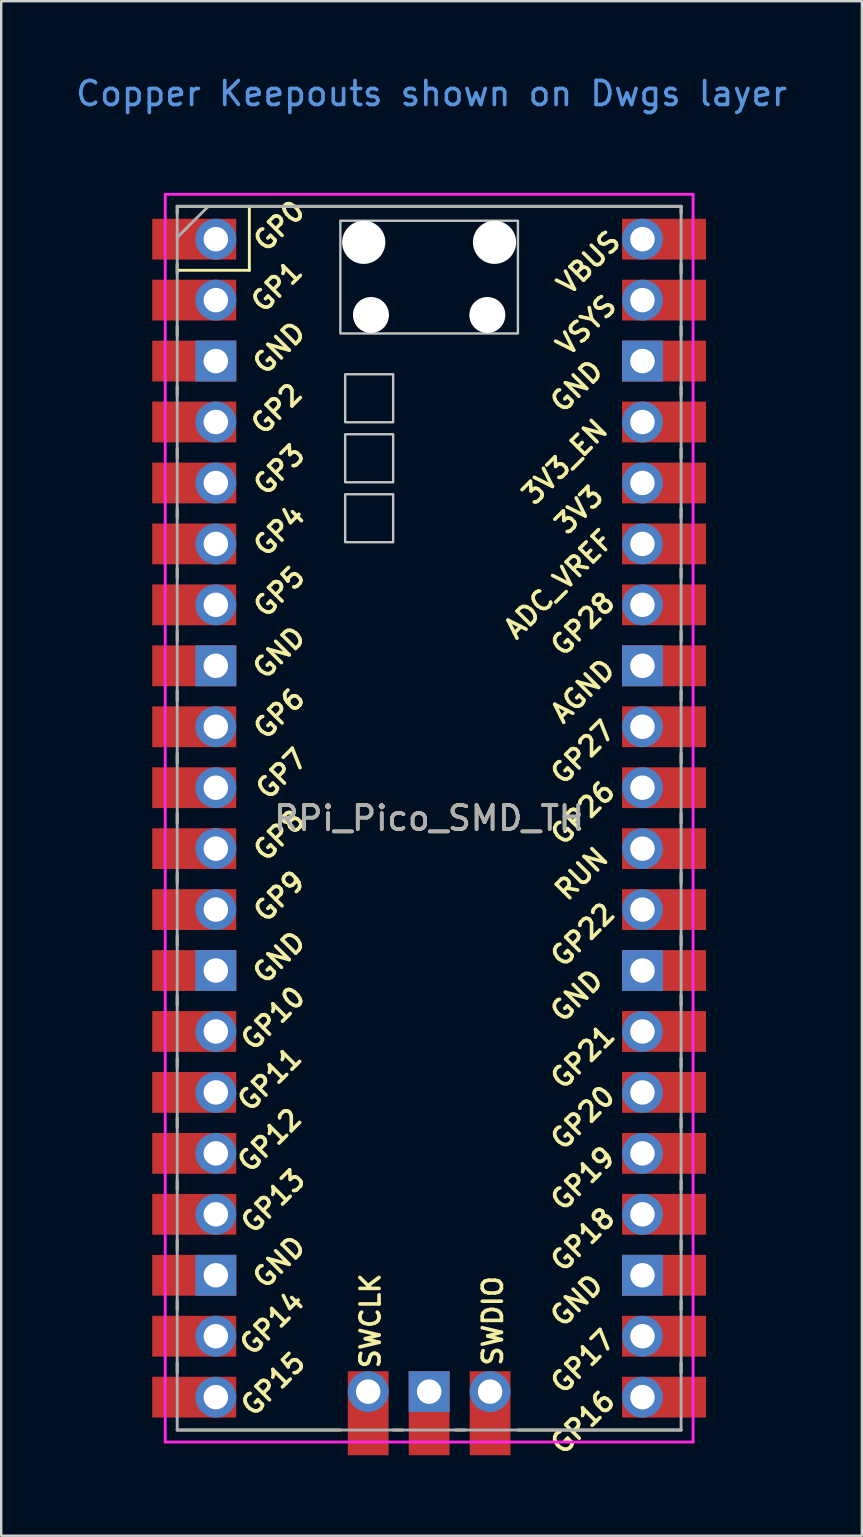
<source format=kicad_pcb>
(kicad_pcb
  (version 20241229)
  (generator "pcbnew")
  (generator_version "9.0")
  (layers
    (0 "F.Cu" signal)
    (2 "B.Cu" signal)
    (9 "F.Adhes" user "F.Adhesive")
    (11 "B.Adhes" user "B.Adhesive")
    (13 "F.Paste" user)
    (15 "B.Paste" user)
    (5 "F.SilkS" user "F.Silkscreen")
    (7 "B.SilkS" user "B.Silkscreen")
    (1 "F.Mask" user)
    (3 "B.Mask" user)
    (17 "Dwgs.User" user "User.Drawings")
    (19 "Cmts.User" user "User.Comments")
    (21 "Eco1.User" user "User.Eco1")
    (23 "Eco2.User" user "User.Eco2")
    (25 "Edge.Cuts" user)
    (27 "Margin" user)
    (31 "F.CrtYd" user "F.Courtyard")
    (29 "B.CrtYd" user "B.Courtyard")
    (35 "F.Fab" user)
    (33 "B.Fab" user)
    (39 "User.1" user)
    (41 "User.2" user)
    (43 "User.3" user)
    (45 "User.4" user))
  (footprint "RPi_Pico_SMD_TH"
    (layer "F.Cu")
    (at 14.835 31.048)
    (property "Reference" "RPi_Pico_SMD_TH" (at 0 0 0) (layer "F.SilkS") (effects (font (size 1 1) (thickness 0.15))))
    (attr smd)
    (fp_line (start -10.5 -25.5) (end -10.5 -25.2) (stroke (width 0.12) (type solid)) (layer "F.SilkS"))
    (fp_line (start -10.5 -25.5) (end 10.5 -25.5) (stroke (width 0.12) (type solid)) (layer "F.SilkS"))
    (fp_line (start -10.5 -23.1) (end -10.5 -22.7) (stroke (width 0.12) (type solid)) (layer "F.SilkS"))
    (fp_line (start -10.5 -22.833) (end -7.493 -22.833) (stroke (width 0.12) (type solid)) (layer "F.SilkS"))
    (fp_line (start -10.5 -20.5) (end -10.5 -20.1) (stroke (width 0.12) (type solid)) (layer "F.SilkS"))
    (fp_line (start -10.5 -18) (end -10.5 -17.6) (stroke (width 0.12) (type solid)) (layer "F.SilkS"))
    (fp_line (start -10.5 -15.4) (end -10.5 -15) (stroke (width 0.12) (type solid)) (layer "F.SilkS"))
    (fp_line (start -10.5 -12.9) (end -10.5 -12.5) (stroke (width 0.12) (type solid)) (layer "F.SilkS"))
    (fp_line (start -10.5 -10.4) (end -10.5 -10) (stroke (width 0.12) (type solid)) (layer "F.SilkS"))
    (fp_line (start -10.5 -7.8) (end -10.5 -7.4) (stroke (width 0.12) (type solid)) (layer "F.SilkS"))
    (fp_line (start -10.5 -5.3) (end -10.5 -4.9) (stroke (width 0.12) (type solid)) (layer "F.SilkS"))
    (fp_line (start -10.5 -2.7) (end -10.5 -2.3) (stroke (width 0.12) (type solid)) (layer "F.SilkS"))
    (fp_line (start -10.5 -0.2) (end -10.5 0.2) (stroke (width 0.12) (type solid)) (layer "F.SilkS"))
    (fp_line (start -10.5 2.3) (end -10.5 2.7) (stroke (width 0.12) (type solid)) (layer "F.SilkS"))
    (fp_line (start -10.5 4.9) (end -10.5 5.3) (stroke (width 0.12) (type solid)) (layer "F.SilkS"))
    (fp_line (start -10.5 7.4) (end -10.5 7.8) (stroke (width 0.12) (type solid)) (layer "F.SilkS"))
    (fp_line (start -10.5 10) (end -10.5 10.4) (stroke (width 0.12) (type solid)) (layer "F.SilkS"))
    (fp_line (start -10.5 12.5) (end -10.5 12.9) (stroke (width 0.12) (type solid)) (layer "F.SilkS"))
    (fp_line (start -10.5 15.1) (end -10.5 15.5) (stroke (width 0.12) (type solid)) (layer "F.SilkS"))
    (fp_line (start -10.5 17.6) (end -10.5 18) (stroke (width 0.12) (type solid)) (layer "F.SilkS"))
    (fp_line (start -10.5 20.1) (end -10.5 20.5) (stroke (width 0.12) (type solid)) (layer "F.SilkS"))
    (fp_line (start -10.5 22.7) (end -10.5 23.1) (stroke (width 0.12) (type solid)) (layer "F.SilkS"))
    (fp_line (start -7.493 -22.833) (end -7.493 -25.5) (stroke (width 0.12) (type solid)) (layer "F.SilkS"))
    (fp_line (start -3.7 25.5) (end -10.5 25.5) (stroke (width 0.12) (type solid)) (layer "F.SilkS"))
    (fp_line (start -1.5 25.5) (end -1.1 25.5) (stroke (width 0.12) (type solid)) (layer "F.SilkS"))
    (fp_line (start 1.1 25.5) (end 1.5 25.5) (stroke (width 0.12) (type solid)) (layer "F.SilkS"))
    (fp_line (start 10.5 -25.5) (end 10.5 -25.2) (stroke (width 0.12) (type solid)) (layer "F.SilkS"))
    (fp_line (start 10.5 -23.1) (end 10.5 -22.7) (stroke (width 0.12) (type solid)) (layer "F.SilkS"))
    (fp_line (start 10.5 -20.5) (end 10.5 -20.1) (stroke (width 0.12) (type solid)) (layer "F.SilkS"))
    (fp_line (start 10.5 -18) (end 10.5 -17.6) (stroke (width 0.12) (type solid)) (layer "F.SilkS"))
    (fp_line (start 10.5 -15.4) (end 10.5 -15) (stroke (width 0.12) (type solid)) (layer "F.SilkS"))
    (fp_line (start 10.5 -12.9) (end 10.5 -12.5) (stroke (width 0.12) (type solid)) (layer "F.SilkS"))
    (fp_line (start 10.5 -10.4) (end 10.5 -10) (stroke (width 0.12) (type solid)) (layer "F.SilkS"))
    (fp_line (start 10.5 -7.8) (end 10.5 -7.4) (stroke (width 0.12) (type solid)) (layer "F.SilkS"))
    (fp_line (start 10.5 -5.3) (end 10.5 -4.9) (stroke (width 0.12) (type solid)) (layer "F.SilkS"))
    (fp_line (start 10.5 -2.7) (end 10.5 -2.3) (stroke (width 0.12) (type solid)) (layer "F.SilkS"))
    (fp_line (start 10.5 -0.2) (end 10.5 0.2) (stroke (width 0.12) (type solid)) (layer "F.SilkS"))
    (fp_line (start 10.5 2.3) (end 10.5 2.7) (stroke (width 0.12) (type solid)) (layer "F.SilkS"))
    (fp_line (start 10.5 4.9) (end 10.5 5.3) (stroke (width 0.12) (type solid)) (layer "F.SilkS"))
    (fp_line (start 10.5 7.4) (end 10.5 7.8) (stroke (width 0.12) (type solid)) (layer "F.SilkS"))
    (fp_line (start 10.5 10) (end 10.5 10.4) (stroke (width 0.12) (type solid)) (layer "F.SilkS"))
    (fp_line (start 10.5 12.5) (end 10.5 12.9) (stroke (width 0.12) (type solid)) (layer "F.SilkS"))
    (fp_line (start 10.5 15.1) (end 10.5 15.5) (stroke (width 0.12) (type solid)) (layer "F.SilkS"))
    (fp_line (start 10.5 17.6) (end 10.5 18) (stroke (width 0.12) (type solid)) (layer "F.SilkS"))
    (fp_line (start 10.5 20.1) (end 10.5 20.5) (stroke (width 0.12) (type solid)) (layer "F.SilkS"))
    (fp_line (start 10.5 22.7) (end 10.5 23.1) (stroke (width 0.12) (type solid)) (layer "F.SilkS"))
    (fp_line (start 10.5 25.5) (end 3.7 25.5) (stroke (width 0.12) (type solid)) (layer "F.SilkS"))
    (fp_poly (pts (xy -1.5 -16.5) (xy -3.5 -16.5) (xy -3.5 -18.5) (xy -1.5 -18.5)) (stroke (width 0.1) (type solid)) (fill no) (layer "Dwgs.User"))
    (fp_poly (pts (xy -1.5 -14) (xy -3.5 -14) (xy -3.5 -16) (xy -1.5 -16)) (stroke (width 0.1) (type solid)) (fill no) (layer "Dwgs.User"))
    (fp_poly (pts (xy -1.5 -11.5) (xy -3.5 -11.5) (xy -3.5 -13.5) (xy -1.5 -13.5)) (stroke (width 0.1) (type solid)) (fill no) (layer "Dwgs.User"))
    (fp_poly (pts (xy 3.7 -20.2) (xy -3.7 -20.2) (xy -3.7 -24.9) (xy 3.7 -24.9)) (stroke (width 0.1) (type solid)) (fill no) (layer "Dwgs.User"))
    (fp_line (start -11 -26) (end 11 -26) (stroke (width 0.12) (type solid)) (layer "F.CrtYd"))
    (fp_line (start -11 26) (end -11 -26) (stroke (width 0.12) (type solid)) (layer "F.CrtYd"))
    (fp_line (start 11 -26) (end 11 26) (stroke (width 0.12) (type solid)) (layer "F.CrtYd"))
    (fp_line (start 11 26) (end -11 26) (stroke (width 0.12) (type solid)) (layer "F.CrtYd"))
    (fp_line (start -10.5 -25.5) (end 10.5 -25.5) (stroke (width 0.12) (type solid)) (layer "F.Fab"))
    (fp_line (start -10.5 -24.2) (end -9.2 -25.5) (stroke (width 0.12) (type solid)) (layer "F.Fab"))
    (fp_line (start -10.5 25.5) (end -10.5 -25.5) (stroke (width 0.12) (type solid)) (layer "F.Fab"))
    (fp_line (start 10.5 -25.5) (end 10.5 25.5) (stroke (width 0.12) (type solid)) (layer "F.Fab"))
    (fp_line (start 10.5 25.5) (end -10.5 25.5) (stroke (width 0.12) (type solid)) (layer "F.Fab"))
    (fp_text user "3V3_EN" (at 5.65 -14.85 45) (layer "F.SilkS") (effects (font (size 0.8 0.8) (thickness 0.15))))
    (fp_text user "GND" (at -6.25 5.8 45) (layer "F.SilkS") (effects (font (size 0.8 0.8) (thickness 0.15))))
    (fp_text user "VSYS" (at 6.55 -20.54 45) (layer "F.SilkS") (effects (font (size 0.8 0.8) (thickness 0.15))))
    (fp_text user "3V3" (at 6.25 -12.85 45) (layer "F.SilkS") (effects (font (size 0.8 0.8) (thickness 0.15))))
    (fp_text user "SWDIO" (at 2.65 20.95 90) (layer "F.SilkS") (effects (font (size 0.8 0.8) (thickness 0.15))))
    (fp_text user "GND" (at 6.15 20.1 45) (layer "F.SilkS") (effects (font (size 0.8 0.8) (thickness 0.15))))
    (fp_text user "GND" (at -6.25 -6.9 45) (layer "F.SilkS") (effects (font (size 0.8 0.8) (thickness 0.15))))
    (fp_text user "GP26" (at 6.404 -0.22 45) (layer "F.SilkS") (effects (font (size 0.8 0.8) (thickness 0.15))))
    (fp_text user "GP14" (at -6.55 21.04 45) (layer "F.SilkS") (effects (font (size 0.8 0.8) (thickness 0.15))))
    (fp_text user "GP21" (at 6.404 9.95 45) (layer "F.SilkS") (effects (font (size 0.8 0.8) (thickness 0.15))))
    (fp_text user "GP28" (at 6.404 -8.094 45) (layer "F.SilkS") (effects (font (size 0.8 0.8) (thickness 0.15))))
    (fp_text user "GP18" (at 6.404 17.56 45) (layer "F.SilkS") (effects (font (size 0.8 0.8) (thickness 0.15))))
    (fp_text user "GP7" (at -6.15 -1.85 45) (layer "F.SilkS") (effects (font (size 0.8 0.8) (thickness 0.15))))
    (fp_text user "GP9" (at -6.25 3.26 45) (layer "F.SilkS") (effects (font (size 0.8 0.8) (thickness 0.15))))
    (fp_text user "AGND" (at 6.404 -5.3 45) (layer "F.SilkS") (effects (font (size 0.8 0.8) (thickness 0.15))))
    (fp_text user "RUN" (at 6.35 2.32 45) (layer "F.SilkS") (effects (font (size 0.8 0.8) (thickness 0.15))))
    (fp_text user "SWCLK" (at -2.45 20.95 90) (layer "F.SilkS") (effects (font (size 0.8 0.8) (thickness 0.15))))
    (fp_text user "GP3" (at -6.25 -14.52 45) (layer "F.SilkS") (effects (font (size 0.8 0.8) (thickness 0.15))))
    (fp_text user "GP0" (at -6.25 -24.68 45) (layer "F.SilkS") (effects (font (size 0.8 0.8) (thickness 0.15))))
    (fp_text user "GND" (at 6.15 -18 45) (layer "F.SilkS") (effects (font (size 0.8 0.8) (thickness 0.15))))
    (fp_text user "GND" (at -6.25 18.5 45) (layer "F.SilkS") (effects (font (size 0.8 0.8) (thickness 0.15))))
    (fp_text user "ADC_VREF" (at 5.4 -9.75 45) (layer "F.SilkS") (effects (font (size 0.8 0.8) (thickness 0.15))))
    (fp_text user "GP27" (at 6.404 -2.75 45) (layer "F.SilkS") (effects (font (size 0.8 0.8) (thickness 0.15))))
    (fp_text user "GP11" (at -6.65 10.88 45) (layer "F.SilkS") (effects (font (size 0.8 0.8) (thickness 0.15))))
    (fp_text user "GP10" (at -6.504 8.34 45) (layer "F.SilkS") (effects (font (size 0.8 0.8) (thickness 0.15))))
    (fp_text user "GP12" (at -6.65 13.42 45) (layer "F.SilkS") (effects (font (size 0.8 0.8) (thickness 0.15))))
    (fp_text user "GP22" (at 6.404 4.86 45) (layer "F.SilkS") (effects (font (size 0.8 0.8) (thickness 0.15))))
    (fp_text user "GP4" (at -6.25 -11.98 45) (layer "F.SilkS") (effects (font (size 0.8 0.8) (thickness 0.15))))
    (fp_text user "GP17" (at 6.404 22.64 45) (layer "F.SilkS") (effects (font (size 0.8 0.8) (thickness 0.15))))
    (fp_text user "GP15" (at -6.504 23.58 45) (layer "F.SilkS") (effects (font (size 0.8 0.8) (thickness 0.15))))
    (fp_text user "GP6" (at -6.25 -4.36 45) (layer "F.SilkS") (effects (font (size 0.8 0.8) (thickness 0.15))))
    (fp_text user "GP1" (at -6.35 -22.15 45) (layer "F.SilkS") (effects (font (size 0.8 0.8) (thickness 0.15))))
    (fp_text user "GP8" (at -6.25 0.72 45) (layer "F.SilkS") (effects (font (size 0.8 0.8) (thickness 0.15))))
    (fp_text user "GND" (at 6.15 7.4 45) (layer "F.SilkS") (effects (font (size 0.8 0.8) (thickness 0.15))))
    (fp_text user "GP16" (at 6.404 25.18 45) (layer "F.SilkS") (effects (font (size 0.8 0.8) (thickness 0.15))))
    (fp_text user "VBUS" (at 6.65 -23.15 45) (layer "F.SilkS") (effects (font (size 0.8 0.8) (thickness 0.15))))
    (fp_text user "GND" (at -6.25 -19.6 45) (layer "F.SilkS") (effects (font (size 0.8 0.8) (thickness 0.15))))
    (fp_text user "GP2" (at -6.35 -17.06 45) (layer "F.SilkS") (effects (font (size 0.8 0.8) (thickness 0.15))))
    (fp_text user "GP5" (at -6.25 -9.44 45) (layer "F.SilkS") (effects (font (size 0.8 0.8) (thickness 0.15))))
    (fp_text user "GP20" (at 6.404 12.48 45) (layer "F.SilkS") (effects (font (size 0.8 0.8) (thickness 0.15))))
    (fp_text user "GP13" (at -6.504 15.96 45) (layer "F.SilkS") (effects (font (size 0.8 0.8) (thickness 0.15))))
    (fp_text user "GP19" (at 6.404 15.02 45) (layer "F.SilkS") (effects (font (size 0.8 0.8) (thickness 0.15))))
    (fp_text user "Copper Keepouts shown on Dwgs layer" (at 0.1 -30.2 0) (layer "Cmts.User") (effects (font (size 1 1) (thickness 0.15))))
    (fp_text user "${REFERENCE}" (at 0 0 180) (layer "F.Fab") (effects (font (size 1 1) (thickness 0.15))))
    (pad "" np_thru_hole oval (at -2.725 -24) (size 1.8 1.8) (drill 1.8) (layers "*.Cu" "*.Mask"))
    (pad "" np_thru_hole oval (at -2.425 -20.97) (size 1.5 1.5) (drill 1.5) (layers "*.Cu" "*.Mask"))
    (pad "" np_thru_hole oval (at 2.425 -20.97) (size 1.5 1.5) (drill 1.5) (layers "*.Cu" "*.Mask"))
    (pad "" np_thru_hole oval (at 2.725 -24) (size 1.8 1.8) (drill 1.8) (layers "*.Cu" "*.Mask"))
    (pad "1" thru_hole oval (at -8.89 -24.13) (size 1.7 1.7) (drill 1.02) (layers "*.Cu" "*.Mask"))
    (pad "1" smd rect (at -8.89 -24.13) (size 3.5 1.7) (drill (offset -0.9 0)) (layers "F.Cu" "F.Mask"))
    (pad "2" thru_hole oval (at -8.89 -21.59) (size 1.7 1.7) (drill 1.02) (layers "*.Cu" "*.Mask"))
    (pad "2" smd rect (at -8.89 -21.59) (size 3.5 1.7) (drill (offset -0.9 0)) (layers "F.Cu" "F.Mask"))
    (pad "3" thru_hole rect (at -8.89 -19.05) (size 1.7 1.7) (drill 1.02) (layers "*.Cu" "*.Mask"))
    (pad "3" smd rect (at -8.89 -19.05) (size 3.5 1.7) (drill (offset -0.9 0)) (layers "F.Cu" "F.Mask"))
    (pad "4" thru_hole oval (at -8.89 -16.51) (size 1.7 1.7) (drill 1.02) (layers "*.Cu" "*.Mask"))
    (pad "4" smd rect (at -8.89 -16.51) (size 3.5 1.7) (drill (offset -0.9 0)) (layers "F.Cu" "F.Mask"))
    (pad "5" thru_hole oval (at -8.89 -13.97) (size 1.7 1.7) (drill 1.02) (layers "*.Cu" "*.Mask"))
    (pad "5" smd rect (at -8.89 -13.97) (size 3.5 1.7) (drill (offset -0.9 0)) (layers "F.Cu" "F.Mask"))
    (pad "6" thru_hole oval (at -8.89 -11.43) (size 1.7 1.7) (drill 1.02) (layers "*.Cu" "*.Mask"))
    (pad "6" smd rect (at -8.89 -11.43) (size 3.5 1.7) (drill (offset -0.9 0)) (layers "F.Cu" "F.Mask"))
    (pad "7" thru_hole oval (at -8.89 -8.89) (size 1.7 1.7) (drill 1.02) (layers "*.Cu" "*.Mask"))
    (pad "7" smd rect (at -8.89 -8.89) (size 3.5 1.7) (drill (offset -0.9 0)) (layers "F.Cu" "F.Mask"))
    (pad "8" thru_hole rect (at -8.89 -6.35) (size 1.7 1.7) (drill 1.02) (layers "*.Cu" "*.Mask"))
    (pad "8" smd rect (at -8.89 -6.35) (size 3.5 1.7) (drill (offset -0.9 0)) (layers "F.Cu" "F.Mask"))
    (pad "9" thru_hole oval (at -8.89 -3.81) (size 1.7 1.7) (drill 1.02) (layers "*.Cu" "*.Mask"))
    (pad "9" smd rect (at -8.89 -3.81) (size 3.5 1.7) (drill (offset -0.9 0)) (layers "F.Cu" "F.Mask"))
    (pad "10" thru_hole oval (at -8.89 -1.27) (size 1.7 1.7) (drill 1.02) (layers "*.Cu" "*.Mask"))
    (pad "10" smd rect (at -8.89 -1.27) (size 3.5 1.7) (drill (offset -0.9 0)) (layers "F.Cu" "F.Mask"))
    (pad "11" thru_hole oval (at -8.89 1.27) (size 1.7 1.7) (drill 1.02) (layers "*.Cu" "*.Mask"))
    (pad "11" smd rect (at -8.89 1.27) (size 3.5 1.7) (drill (offset -0.9 0)) (layers "F.Cu" "F.Mask"))
    (pad "12" thru_hole oval (at -8.89 3.81) (size 1.7 1.7) (drill 1.02) (layers "*.Cu" "*.Mask"))
    (pad "12" smd rect (at -8.89 3.81) (size 3.5 1.7) (drill (offset -0.9 0)) (layers "F.Cu" "F.Mask"))
    (pad "13" thru_hole rect (at -8.89 6.35) (size 1.7 1.7) (drill 1.02) (layers "*.Cu" "*.Mask"))
    (pad "13" smd rect (at -8.89 6.35) (size 3.5 1.7) (drill (offset -0.9 0)) (layers "F.Cu" "F.Mask"))
    (pad "14" thru_hole oval (at -8.89 8.89) (size 1.7 1.7) (drill 1.02) (layers "*.Cu" "*.Mask"))
    (pad "14" smd rect (at -8.89 8.89) (size 3.5 1.7) (drill (offset -0.9 0)) (layers "F.Cu" "F.Mask"))
    (pad "15" thru_hole oval (at -8.89 11.43) (size 1.7 1.7) (drill 1.02) (layers "*.Cu" "*.Mask"))
    (pad "15" smd rect (at -8.89 11.43) (size 3.5 1.7) (drill (offset -0.9 0)) (layers "F.Cu" "F.Mask"))
    (pad "16" thru_hole oval (at -8.89 13.97) (size 1.7 1.7) (drill 1.02) (layers "*.Cu" "*.Mask"))
    (pad "16" smd rect (at -8.89 13.97) (size 3.5 1.7) (drill (offset -0.9 0)) (layers "F.Cu" "F.Mask"))
    (pad "17" thru_hole oval (at -8.89 16.51) (size 1.7 1.7) (drill 1.02) (layers "*.Cu" "*.Mask"))
    (pad "17" smd rect (at -8.89 16.51) (size 3.5 1.7) (drill (offset -0.9 0)) (layers "F.Cu" "F.Mask"))
    (pad "18" thru_hole rect (at -8.89 19.05) (size 1.7 1.7) (drill 1.02) (layers "*.Cu" "*.Mask"))
    (pad "18" smd rect (at -8.89 19.05) (size 3.5 1.7) (drill (offset -0.9 0)) (layers "F.Cu" "F.Mask"))
    (pad "19" thru_hole oval (at -8.89 21.59) (size 1.7 1.7) (drill 1.02) (layers "*.Cu" "*.Mask"))
    (pad "19" smd rect (at -8.89 21.59) (size 3.5 1.7) (drill (offset -0.9 0)) (layers "F.Cu" "F.Mask"))
    (pad "20" thru_hole oval (at -8.89 24.13) (size 1.7 1.7) (drill 1.02) (layers "*.Cu" "*.Mask"))
    (pad "20" smd rect (at -8.89 24.13) (size 3.5 1.7) (drill (offset -0.9 0)) (layers "F.Cu" "F.Mask"))
    (pad "21" thru_hole oval (at 8.89 24.13) (size 1.7 1.7) (drill 1.02) (layers "*.Cu" "*.Mask"))
    (pad "21" smd rect (at 8.89 24.13) (size 3.5 1.7) (drill (offset 0.9 0)) (layers "F.Cu" "F.Mask"))
    (pad "22" thru_hole oval (at 8.89 21.59) (size 1.7 1.7) (drill 1.02) (layers "*.Cu" "*.Mask"))
    (pad "22" smd rect (at 8.89 21.59) (size 3.5 1.7) (drill (offset 0.9 0)) (layers "F.Cu" "F.Mask"))
    (pad "23" thru_hole rect (at 8.89 19.05) (size 1.7 1.7) (drill 1.02) (layers "*.Cu" "*.Mask"))
    (pad "23" smd rect (at 8.89 19.05) (size 3.5 1.7) (drill (offset 0.9 0)) (layers "F.Cu" "F.Mask"))
    (pad "24" thru_hole oval (at 8.89 16.51) (size 1.7 1.7) (drill 1.02) (layers "*.Cu" "*.Mask"))
    (pad "24" smd rect (at 8.89 16.51) (size 3.5 1.7) (drill (offset 0.9 0)) (layers "F.Cu" "F.Mask"))
    (pad "25" thru_hole oval (at 8.89 13.97) (size 1.7 1.7) (drill 1.02) (layers "*.Cu" "*.Mask"))
    (pad "25" smd rect (at 8.89 13.97) (size 3.5 1.7) (drill (offset 0.9 0)) (layers "F.Cu" "F.Mask"))
    (pad "26" thru_hole oval (at 8.89 11.43) (size 1.7 1.7) (drill 1.02) (layers "*.Cu" "*.Mask"))
    (pad "26" smd rect (at 8.89 11.43) (size 3.5 1.7) (drill (offset 0.9 0)) (layers "F.Cu" "F.Mask"))
    (pad "27" thru_hole oval (at 8.89 8.89) (size 1.7 1.7) (drill 1.02) (layers "*.Cu" "*.Mask"))
    (pad "27" smd rect (at 8.89 8.89) (size 3.5 1.7) (drill (offset 0.9 0)) (layers "F.Cu" "F.Mask"))
    (pad "28" thru_hole rect (at 8.89 6.35) (size 1.7 1.7) (drill 1.02) (layers "*.Cu" "*.Mask"))
    (pad "28" smd rect (at 8.89 6.35) (size 3.5 1.7) (drill (offset 0.9 0)) (layers "F.Cu" "F.Mask"))
    (pad "29" thru_hole oval (at 8.89 3.81) (size 1.7 1.7) (drill 1.02) (layers "*.Cu" "*.Mask"))
    (pad "29" smd rect (at 8.89 3.81) (size 3.5 1.7) (drill (offset 0.9 0)) (layers "F.Cu" "F.Mask"))
    (pad "30" thru_hole oval (at 8.89 1.27) (size 1.7 1.7) (drill 1.02) (layers "*.Cu" "*.Mask"))
    (pad "30" smd rect (at 8.89 1.27) (size 3.5 1.7) (drill (offset 0.9 0)) (layers "F.Cu" "F.Mask"))
    (pad "31" thru_hole oval (at 8.89 -1.27) (size 1.7 1.7) (drill 1.02) (layers "*.Cu" "*.Mask"))
    (pad "31" smd rect (at 8.89 -1.27) (size 3.5 1.7) (drill (offset 0.9 0)) (layers "F.Cu" "F.Mask"))
    (pad "32" thru_hole oval (at 8.89 -3.81) (size 1.7 1.7) (drill 1.02) (layers "*.Cu" "*.Mask"))
    (pad "32" smd rect (at 8.89 -3.81) (size 3.5 1.7) (drill (offset 0.9 0)) (layers "F.Cu" "F.Mask"))
    (pad "33" thru_hole rect (at 8.89 -6.35) (size 1.7 1.7) (drill 1.02) (layers "*.Cu" "*.Mask"))
    (pad "33" smd rect (at 8.89 -6.35) (size 3.5 1.7) (drill (offset 0.9 0)) (layers "F.Cu" "F.Mask"))
    (pad "34" thru_hole oval (at 8.89 -8.89) (size 1.7 1.7) (drill 1.02) (layers "*.Cu" "*.Mask"))
    (pad "34" smd rect (at 8.89 -8.89) (size 3.5 1.7) (drill (offset 0.9 0)) (layers "F.Cu" "F.Mask"))
    (pad "35" thru_hole oval (at 8.89 -11.43) (size 1.7 1.7) (drill 1.02) (layers "*.Cu" "*.Mask"))
    (pad "35" smd rect (at 8.89 -11.43) (size 3.5 1.7) (drill (offset 0.9 0)) (layers "F.Cu" "F.Mask"))
    (pad "36" thru_hole oval (at 8.89 -13.97) (size 1.7 1.7) (drill 1.02) (layers "*.Cu" "*.Mask"))
    (pad "36" smd rect (at 8.89 -13.97) (size 3.5 1.7) (drill (offset 0.9 0)) (layers "F.Cu" "F.Mask"))
    (pad "37" thru_hole oval (at 8.89 -16.51) (size 1.7 1.7) (drill 1.02) (layers "*.Cu" "*.Mask"))
    (pad "37" smd rect (at 8.89 -16.51) (size 3.5 1.7) (drill (offset 0.9 0)) (layers "F.Cu" "F.Mask"))
    (pad "38" thru_hole rect (at 8.89 -19.05) (size 1.7 1.7) (drill 1.02) (layers "*.Cu" "*.Mask"))
    (pad "38" smd rect (at 8.89 -19.05) (size 3.5 1.7) (drill (offset 0.9 0)) (layers "F.Cu" "F.Mask"))
    (pad "39" thru_hole oval (at 8.89 -21.59) (size 1.7 1.7) (drill 1.02) (layers "*.Cu" "*.Mask"))
    (pad "39" smd rect (at 8.89 -21.59) (size 3.5 1.7) (drill (offset 0.9 0)) (layers "F.Cu" "F.Mask"))
    (pad "40" thru_hole oval (at 8.89 -24.13) (size 1.7 1.7) (drill 1.02) (layers "*.Cu" "*.Mask"))
    (pad "40" smd rect (at 8.89 -24.13) (size 3.5 1.7) (drill (offset 0.9 0)) (layers "F.Cu" "F.Mask"))
    (pad "41" thru_hole oval (at -2.54 23.9) (size 1.7 1.7) (drill 1.02) (layers "*.Cu" "*.Mask"))
    (pad "41" smd rect (at -2.54 23.9 90) (size 3.5 1.7) (drill (offset -0.9 0)) (layers "F.Cu" "F.Mask"))
    (pad "42" thru_hole rect (at 0 23.9) (size 1.7 1.7) (drill 1.02) (layers "*.Cu" "*.Mask"))
    (pad "42" smd rect (at 0 23.9 90) (size 3.5 1.7) (drill (offset -0.9 0)) (layers "F.Cu" "F.Mask"))
    (pad "43" thru_hole oval (at 2.54 23.9) (size 1.7 1.7) (drill 1.02) (layers "*.Cu" "*.Mask"))
    (pad "43" smd rect (at 2.54 23.9 90) (size 3.5 1.7) (drill (offset -0.9 0)) (layers "F.Cu" "F.Mask")))
  (gr_rect
    (start -3 -3)
    (end 32.869 60.952)
    (stroke (width 0.1) (type default))
    (fill no)
    (layer "Edge.Cuts")))
</source>
